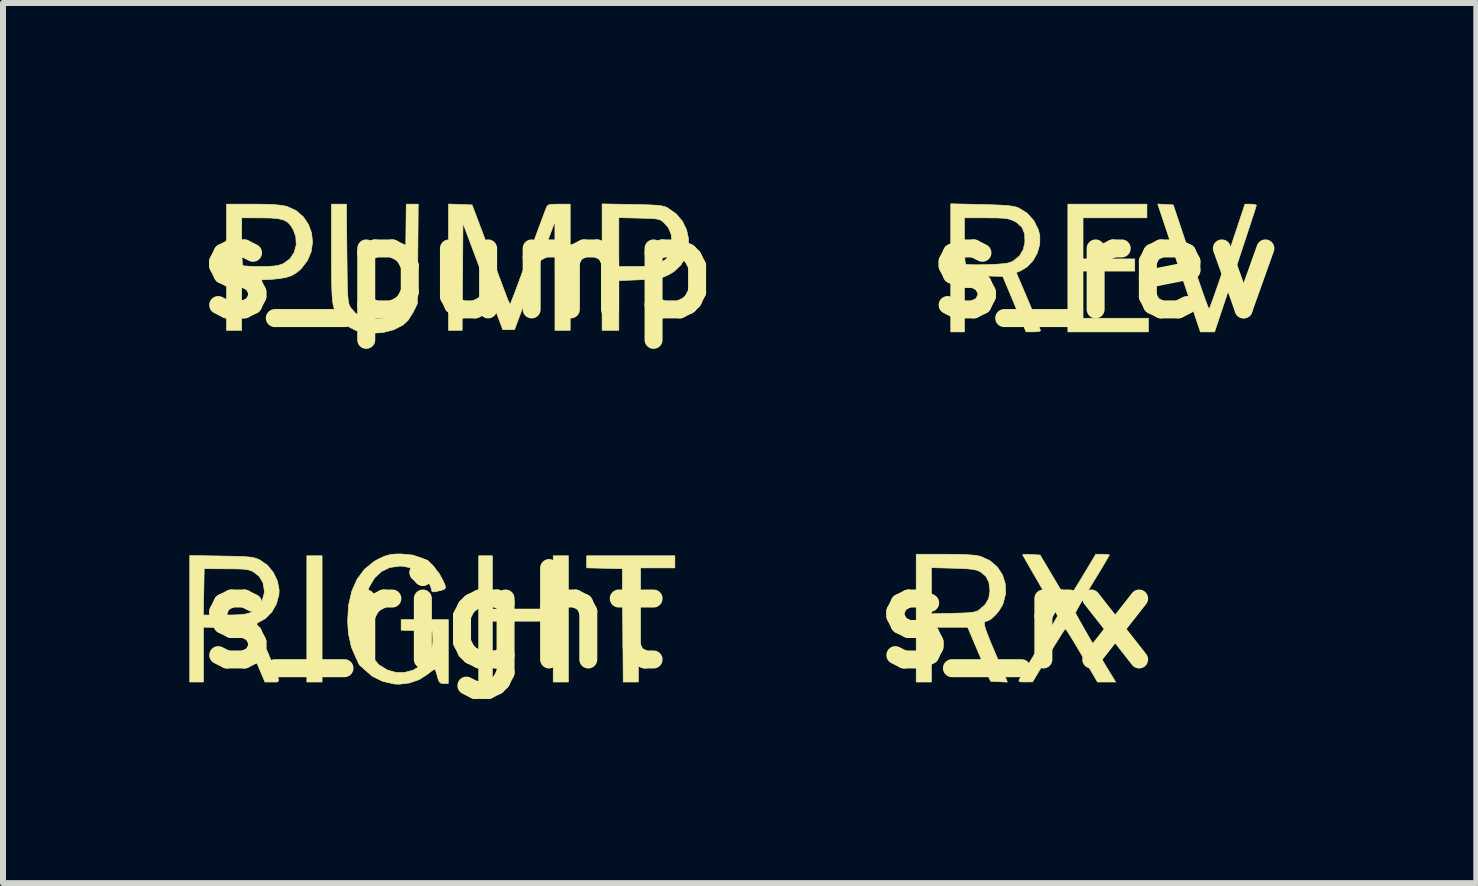
<source format=kicad_pcb>
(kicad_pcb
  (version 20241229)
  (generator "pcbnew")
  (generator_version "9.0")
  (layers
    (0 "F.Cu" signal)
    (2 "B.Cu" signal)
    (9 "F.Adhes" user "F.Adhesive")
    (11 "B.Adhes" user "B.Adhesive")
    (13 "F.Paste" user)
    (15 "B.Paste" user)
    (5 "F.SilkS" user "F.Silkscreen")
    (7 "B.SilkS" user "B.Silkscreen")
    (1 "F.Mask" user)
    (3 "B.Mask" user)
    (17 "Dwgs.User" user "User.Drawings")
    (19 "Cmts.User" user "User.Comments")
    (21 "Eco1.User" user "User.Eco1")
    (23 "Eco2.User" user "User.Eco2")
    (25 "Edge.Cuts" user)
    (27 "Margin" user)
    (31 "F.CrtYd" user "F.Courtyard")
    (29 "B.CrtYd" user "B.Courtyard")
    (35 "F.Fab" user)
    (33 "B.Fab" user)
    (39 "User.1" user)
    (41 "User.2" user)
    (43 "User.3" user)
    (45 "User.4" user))
  (footprint "s_pump"
    (layer "F.Cu")
    (at 4.579 1.418)
    (property "Reference" "s_pump" (at 0 0 0) (layer "F.SilkS") (effects (font (size 1.524 1.524) (thickness 0.3))))
    (attr through_hole)
    (fp_poly (pts (xy 0.241 -1.052) (xy 0.499 -0.368) (xy 0.568 -0.184) (xy 0.635 -0.008) (xy 0.695 0.153) (xy 0.746 0.289) (xy 0.786 0.395) (xy 0.81 0.461) (xy 0.812 0.465) (xy 0.841 0.54) (xy 0.865 0.589) (xy 0.876 0.602) (xy 0.887 0.577) (xy 0.913 0.51) (xy 0.953 0.407) (xy 1.003 0.273) (xy 1.062 0.114) (xy 1.128 -0.063) (xy 1.166 -0.166) (xy 1.236 -0.355) (xy 1.301 -0.531) (xy 1.359 -0.688) (xy 1.408 -0.819) (xy 1.445 -0.919) (xy 1.468 -0.98) (xy 1.474 -0.995) (xy 1.491 -1.031) (xy 1.515 -1.052) (xy 1.558 -1.061) (xy 1.633 -1.064) (xy 1.689 -1.065) (xy 1.876 -1.065) (xy 1.876 1.039) (xy 1.622 1.039) (xy 1.622 0.133) (xy 1.621 -0.773) (xy 1.284 0.127) (xy 0.948 1.027) (xy 0.752 1.027) (xy 0.421 0.141) (xy 0.089 -0.745) (xy 0.082 0.147) (xy 0.075 1.039) (xy -0.152 1.039) (xy -0.152 -1.067) (xy 0.241 -1.052)) (stroke (width 0.01) (type solid)) (fill yes) (layer "F.SilkS"))
    (fp_poly (pts (xy 2.909 -1.06) (xy 3.087 -1.056) (xy 3.222 -1.052) (xy 3.321 -1.046) (xy 3.393 -1.037) (xy 3.446 -1.026) (xy 3.486 -1.011) (xy 3.498 -1.004) (xy 3.641 -0.904) (xy 3.747 -0.78) (xy 3.816 -0.638) (xy 3.849 -0.487) (xy 3.844 -0.334) (xy 3.803 -0.188) (xy 3.725 -0.055) (xy 3.609 0.057) (xy 3.515 0.113) (xy 3.452 0.142) (xy 3.391 0.162) (xy 3.32 0.176) (xy 3.228 0.185) (xy 3.102 0.193) (xy 3.031 0.196) (xy 2.687 0.21) (xy 2.687 1.039) (xy 2.408 1.039) (xy 2.408 -0.025) (xy 2.687 -0.025) (xy 2.972 -0.026) (xy 3.113 -0.028) (xy 3.215 -0.035) (xy 3.292 -0.049) (xy 3.355 -0.071) (xy 3.365 -0.075) (xy 3.474 -0.148) (xy 3.543 -0.25) (xy 3.573 -0.383) (xy 3.574 -0.426) (xy 3.559 -0.563) (xy 3.511 -0.674) (xy 3.435 -0.76) (xy 3.405 -0.786) (xy 3.372 -0.804) (xy 3.327 -0.816) (xy 3.26 -0.824) (xy 3.162 -0.828) (xy 3.027 -0.832) (xy 2.687 -0.84) (xy 2.687 -0.025) (xy 2.408 -0.025) (xy 2.408 -1.069) (xy 2.909 -1.06)) (stroke (width 0.01) (type solid)) (fill yes) (layer "F.SilkS"))
    (fp_poly (pts (xy -1.846 -0.247) (xy -1.843 -0.021) (xy -1.841 0.161) (xy -1.838 0.303) (xy -1.834 0.412) (xy -1.829 0.493) (xy -1.822 0.552) (xy -1.814 0.594) (xy -1.803 0.626) (xy -1.789 0.653) (xy -1.787 0.657) (xy -1.702 0.754) (xy -1.581 0.818) (xy -1.424 0.847) (xy -1.356 0.849) (xy -1.199 0.835) (xy -1.079 0.789) (xy -0.988 0.709) (xy -0.929 0.611) (xy -0.913 0.575) (xy -0.901 0.537) (xy -0.892 0.491) (xy -0.884 0.43) (xy -0.879 0.348) (xy -0.875 0.24) (xy -0.871 0.099) (xy -0.869 -0.081) (xy -0.866 -0.285) (xy -0.857 -1.065) (xy -0.657 -1.065) (xy -0.664 -0.234) (xy -0.672 0.596) (xy -0.742 0.738) (xy -0.827 0.872) (xy -0.913 0.951) (xy -1.068 1.03) (xy -1.247 1.076) (xy -1.438 1.087) (xy -1.626 1.061) (xy -1.698 1.04) (xy -1.849 0.963) (xy -1.968 0.848) (xy -2.049 0.701) (xy -2.064 0.657) (xy -2.076 0.61) (xy -2.085 0.549) (xy -2.092 0.471) (xy -2.097 0.368) (xy -2.101 0.236) (xy -2.103 0.068) (xy -2.104 -0.142) (xy -2.104 -0.271) (xy -2.104 -1.065) (xy -1.854 -1.065) (xy -1.846 -0.247)) (stroke (width 0.01) (type solid)) (fill yes) (layer "F.SilkS"))
    (fp_poly (pts (xy -3.223 -1.063) (xy -3.074 -1.058) (xy -2.962 -1.048) (xy -2.877 -1.034) (xy -2.843 -1.026) (xy -2.693 -0.957) (xy -2.574 -0.855) (xy -2.487 -0.728) (xy -2.435 -0.583) (xy -2.419 -0.429) (xy -2.441 -0.274) (xy -2.503 -0.125) (xy -2.606 0.009) (xy -2.615 0.018) (xy -2.686 0.078) (xy -2.761 0.123) (xy -2.851 0.154) (xy -2.964 0.176) (xy -3.11 0.189) (xy -3.25 0.196) (xy -3.6 0.21) (xy -3.6 1.039) (xy -3.853 1.039) (xy -3.853 -0.448) (xy -3.6 -0.448) (xy -3.599 -0.312) (xy -3.596 -0.195) (xy -3.591 -0.105) (xy -3.586 -0.052) (xy -3.583 -0.042) (xy -3.552 -0.035) (xy -3.482 -0.03) (xy -3.383 -0.026) (xy -3.287 -0.025) (xy -3.151 -0.027) (xy -3.054 -0.034) (xy -2.981 -0.047) (xy -2.92 -0.068) (xy -2.902 -0.076) (xy -2.796 -0.153) (xy -2.725 -0.26) (xy -2.691 -0.386) (xy -2.698 -0.521) (xy -2.739 -0.636) (xy -2.784 -0.711) (xy -2.835 -0.765) (xy -2.902 -0.801) (xy -2.994 -0.823) (xy -3.119 -0.834) (xy -3.276 -0.836) (xy -3.6 -0.837) (xy -3.6 -0.448) (xy -3.853 -0.448) (xy -3.853 -1.065) (xy -3.414 -1.065) (xy -3.223 -1.063)) (stroke (width 0.01) (type solid)) (fill yes) (layer "F.SilkS")))
  (footprint "s_rev"
    (layer "F.Cu")
    (at 15.359 1.418)
    (property "Reference" "s_rev" (at 0 0 0) (layer "F.SilkS") (effects (font (size 1.524 1.524) (thickness 0.3))))
    (attr through_hole)
    (fp_poly (pts (xy 0.71 -0.837) (xy -0.355 -0.837) (xy -0.355 -0.152) (xy 0.507 -0.152) (xy 0.507 0.051) (xy -0.355 0.051) (xy -0.355 0.837) (xy 0.735 0.837) (xy 0.735 1.065) (xy -0.608 1.065) (xy -0.608 -1.065) (xy 0.71 -1.065) (xy 0.71 -0.837)) (stroke (width 0.01) (type solid)) (fill yes) (layer "F.SilkS"))
    (fp_poly (pts (xy 1.02 -1.06) (xy 1.149 -1.052) (xy 1.439 -0.184) (xy 1.505 0.015) (xy 1.568 0.198) (xy 1.624 0.36) (xy 1.671 0.495) (xy 1.709 0.597) (xy 1.734 0.662) (xy 1.745 0.684) (xy 1.757 0.661) (xy 1.783 0.595) (xy 1.82 0.492) (xy 1.868 0.356) (xy 1.924 0.194) (xy 1.986 0.01) (xy 2.053 -0.19) (xy 2.053 -0.19) (xy 2.344 -1.065) (xy 2.439 -1.065) (xy 2.501 -1.06) (xy 2.533 -1.049) (xy 2.535 -1.046) (xy 2.527 -1.019) (xy 2.505 -0.948) (xy 2.47 -0.84) (xy 2.424 -0.699) (xy 2.368 -0.529) (xy 2.304 -0.336) (xy 2.235 -0.125) (xy 2.187 0.019) (xy 1.838 1.065) (xy 1.601 1.065) (xy 1.246 -0.001) (xy 0.89 -1.067) (xy 1.02 -1.06)) (stroke (width 0.01) (type solid)) (fill yes) (layer "F.SilkS"))
    (fp_poly (pts (xy -2.047 -1.059) (xy -1.86 -1.054) (xy -1.715 -1.048) (xy -1.607 -1.04) (xy -1.528 -1.03) (xy -1.469 -1.017) (xy -1.432 -1.004) (xy -1.289 -0.916) (xy -1.176 -0.792) (xy -1.1 -0.639) (xy -1.075 -0.538) (xy -1.076 -0.396) (xy -1.116 -0.253) (xy -1.189 -0.123) (xy -1.289 -0.018) (xy -1.387 0.042) (xy -1.468 0.076) (xy -1.395 0.247) (xy -1.301 0.468) (xy -1.226 0.646) (xy -1.167 0.786) (xy -1.123 0.891) (xy -1.093 0.966) (xy -1.074 1.014) (xy -1.066 1.04) (xy -1.065 1.046) (xy -1.087 1.057) (xy -1.145 1.063) (xy -1.185 1.064) (xy -1.305 1.064) (xy -1.499 0.602) (xy -1.693 0.139) (xy -2.013 0.132) (xy -2.332 0.125) (xy -2.332 1.065) (xy -2.56 1.065) (xy -2.56 -0.837) (xy -2.332 -0.837) (xy -2.332 -0.461) (xy -2.331 -0.327) (xy -2.328 -0.212) (xy -2.323 -0.124) (xy -2.316 -0.073) (xy -2.313 -0.065) (xy -2.282 -0.058) (xy -2.21 -0.055) (xy -2.108 -0.054) (xy -1.984 -0.056) (xy -1.948 -0.057) (xy -1.797 -0.063) (xy -1.688 -0.072) (xy -1.61 -0.083) (xy -1.555 -0.1) (xy -1.519 -0.117) (xy -1.414 -0.201) (xy -1.35 -0.311) (xy -1.324 -0.433) (xy -1.328 -0.57) (xy -1.373 -0.678) (xy -1.46 -0.759) (xy -1.507 -0.785) (xy -1.557 -0.806) (xy -1.612 -0.821) (xy -1.683 -0.83) (xy -1.78 -0.835) (xy -1.913 -0.836) (xy -1.973 -0.837) (xy -2.332 -0.837) (xy -2.56 -0.837) (xy -2.56 -1.071) (xy -2.047 -1.059)) (stroke (width 0.01) (type solid)) (fill yes) (layer "F.SilkS")))
  (footprint "s_right"
    (layer "F.Cu")
    (at 4.144 7.254)
    (property "Reference" "s_right" (at 0 0 0) (layer "F.SilkS") (effects (font (size 1.524 1.524) (thickness 0.3))))
    (attr through_hole)
    (fp_poly (pts (xy -1.825 1.065) (xy -2.079 1.065) (xy -2.079 -1.039) (xy -1.825 -1.039) (xy -1.825 1.065)) (stroke (width 0.01) (type solid)) (fill yes) (layer "F.SilkS"))
    (fp_poly (pts (xy 4.056 -0.837) (xy 3.448 -0.837) (xy 3.448 1.065) (xy 3.195 1.065) (xy 3.188 0.12) (xy 3.181 -0.824) (xy 2.883 -0.831) (xy 2.586 -0.838) (xy 2.586 -1.039) (xy 4.056 -1.039) (xy 4.056 -0.837)) (stroke (width 0.01) (type solid)) (fill yes) (layer "F.SilkS"))
    (fp_poly (pts (xy 1.014 -0.152) (xy 2.028 -0.152) (xy 2.028 -1.039) (xy 2.281 -1.039) (xy 2.281 1.065) (xy 2.028 1.065) (xy 2.028 0.051) (xy 1.014 0.051) (xy 1.014 1.065) (xy 0.786 1.065) (xy 0.786 -1.039) (xy 1.014 -1.039) (xy 1.014 -0.152)) (stroke (width 0.01) (type solid)) (fill yes) (layer "F.SilkS"))
    (fp_poly (pts (xy -3.505 -1.035) (xy -3.326 -1.032) (xy -3.191 -1.028) (xy -3.09 -1.023) (xy -3.015 -1.016) (xy -2.959 -1.006) (xy -2.914 -0.992) (xy -2.871 -0.973) (xy -2.858 -0.967) (xy -2.735 -0.881) (xy -2.637 -0.761) (xy -2.57 -0.621) (xy -2.541 -0.473) (xy -2.544 -0.39) (xy -2.587 -0.235) (xy -2.665 -0.099) (xy -2.772 0.008) (xy -2.882 0.068) (xy -2.9 0.077) (xy -2.91 0.092) (xy -2.91 0.119) (xy -2.898 0.164) (xy -2.872 0.235) (xy -2.831 0.337) (xy -2.772 0.477) (xy -2.748 0.532) (xy -2.675 0.704) (xy -2.619 0.835) (xy -2.581 0.93) (xy -2.558 0.995) (xy -2.551 1.035) (xy -2.557 1.057) (xy -2.577 1.065) (xy -2.608 1.066) (xy -2.651 1.065) (xy -2.655 1.065) (xy -2.778 1.065) (xy -2.968 0.615) (xy -3.158 0.165) (xy -3.48 0.158) (xy -3.802 0.151) (xy -3.802 1.065) (xy -4.031 1.065) (xy -4.031 -0.051) (xy -3.804 -0.051) (xy -3.455 -0.051) (xy -3.304 -0.053) (xy -3.194 -0.057) (xy -3.113 -0.066) (xy -3.051 -0.08) (xy -2.999 -0.1) (xy -2.898 -0.172) (xy -2.827 -0.279) (xy -2.791 -0.408) (xy -2.788 -0.457) (xy -2.809 -0.589) (xy -2.873 -0.695) (xy -2.957 -0.763) (xy -2.998 -0.785) (xy -3.04 -0.801) (xy -3.095 -0.812) (xy -3.17 -0.818) (xy -3.278 -0.821) (xy -3.42 -0.822) (xy -3.79 -0.824) (xy -3.797 -0.437) (xy -3.804 -0.051) (xy -4.031 -0.051) (xy -4.031 -1.044) (xy -3.505 -1.035)) (stroke (width 0.01) (type solid)) (fill yes) (layer "F.SilkS"))
    (fp_poly (pts (xy -0.312 -1.051) (xy -0.139 -0.992) (xy 0.006 -0.891) (xy 0.125 -0.747) (xy 0.192 -0.625) (xy 0.225 -0.551) (xy 0.233 -0.506) (xy 0.21 -0.479) (xy 0.149 -0.46) (xy 0.082 -0.445) (xy 0.026 -0.437) (xy 0.003 -0.45) (xy 0 -0.475) (xy -0.013 -0.522) (xy -0.047 -0.592) (xy -0.073 -0.638) (xy -0.175 -0.754) (xy -0.307 -0.829) (xy -0.469 -0.864) (xy -0.532 -0.867) (xy -0.696 -0.844) (xy -0.836 -0.777) (xy -0.952 -0.667) (xy -1.041 -0.516) (xy -1.101 -0.331) (xy -1.135 -0.109) (xy -1.139 0.108) (xy -1.114 0.313) (xy -1.062 0.498) (xy -0.984 0.654) (xy -0.882 0.773) (xy -0.874 0.78) (xy -0.736 0.865) (xy -0.591 0.906) (xy -0.447 0.905) (xy -0.309 0.868) (xy -0.187 0.797) (xy -0.086 0.696) (xy -0.015 0.569) (xy 0.02 0.42) (xy 0.021 0.325) (xy 0.013 0.215) (xy -0.247 0.208) (xy -0.507 0.201) (xy -0.507 0.025) (xy 0.279 0.025) (xy 0.279 1.09) (xy 0.204 1.09) (xy 0.155 1.084) (xy 0.126 1.058) (xy 0.104 0.998) (xy 0.1 0.982) (xy 0.08 0.912) (xy 0.063 0.864) (xy 0.059 0.855) (xy 0.035 0.86) (xy -0.013 0.892) (xy -0.065 0.934) (xy -0.201 1.023) (xy -0.364 1.08) (xy -0.539 1.102) (xy -0.621 1.098) (xy -0.819 1.053) (xy -0.991 0.967) (xy -1.136 0.841) (xy -1.252 0.679) (xy -1.336 0.484) (xy -1.386 0.258) (xy -1.399 0.051) (xy -1.383 -0.217) (xy -1.329 -0.451) (xy -1.24 -0.651) (xy -1.116 -0.816) (xy -0.957 -0.945) (xy -0.876 -0.99) (xy -0.781 -1.033) (xy -0.699 -1.057) (xy -0.608 -1.068) (xy -0.515 -1.07) (xy -0.312 -1.051)) (stroke (width 0.01) (type solid)) (fill yes) (layer "F.SilkS")))
  (footprint "s_rx"
    (layer "F.Cu")
    (at 13.871 7.254)
    (property "Reference" "s_rx" (at 0 0 0) (layer "F.SilkS") (effects (font (size 1.524 1.524) (thickness 0.3))))
    (attr through_hole)
    (fp_poly (pts (xy -0.965 -1.063) (xy -0.805 -1.058) (xy -0.685 -1.049) (xy -0.6 -1.036) (xy -0.573 -1.029) (xy -0.419 -0.958) (xy -0.297 -0.854) (xy -0.21 -0.723) (xy -0.163 -0.573) (xy -0.157 -0.412) (xy -0.197 -0.249) (xy -0.213 -0.213) (xy -0.263 -0.129) (xy -0.328 -0.05) (xy -0.397 0.013) (xy -0.457 0.047) (xy -0.476 0.051) (xy -0.501 0.057) (xy -0.512 0.08) (xy -0.508 0.125) (xy -0.486 0.198) (xy -0.446 0.305) (xy -0.387 0.45) (xy -0.371 0.487) (xy -0.313 0.625) (xy -0.259 0.754) (xy -0.213 0.863) (xy -0.18 0.942) (xy -0.168 0.971) (xy -0.128 1.067) (xy -0.269 1.06) (xy -0.409 1.052) (xy -0.79 0.152) (xy -1.394 0.152) (xy -1.394 1.065) (xy -1.648 1.065) (xy -1.648 -0.072) (xy -1.394 -0.072) (xy -1.028 -0.081) (xy -0.881 -0.085) (xy -0.776 -0.09) (xy -0.702 -0.098) (xy -0.651 -0.11) (xy -0.614 -0.126) (xy -0.593 -0.141) (xy -0.495 -0.23) (xy -0.44 -0.326) (xy -0.42 -0.442) (xy -0.42 -0.466) (xy -0.436 -0.597) (xy -0.486 -0.696) (xy -0.575 -0.77) (xy -0.59 -0.778) (xy -0.636 -0.798) (xy -0.701 -0.812) (xy -0.791 -0.822) (xy -0.917 -0.828) (xy -1.033 -0.832) (xy -1.394 -0.841) (xy -1.394 -0.072) (xy -1.648 -0.072) (xy -1.648 -1.065) (xy -1.17 -1.065) (xy -0.965 -1.063)) (stroke (width 0.01) (type solid)) (fill yes) (layer "F.SilkS"))
    (fp_poly (pts (xy 1.527 -1.062) (xy 1.567 -1.056) (xy 1.572 -1.052) (xy 1.559 -1.028) (xy 1.524 -0.967) (xy 1.47 -0.875) (xy 1.401 -0.76) (xy 1.32 -0.628) (xy 1.289 -0.577) (xy 1.206 -0.439) (xy 1.132 -0.315) (xy 1.072 -0.212) (xy 1.03 -0.136) (xy 1.009 -0.094) (xy 1.007 -0.089) (xy 1.019 -0.062) (xy 1.054 0.002) (xy 1.106 0.095) (xy 1.172 0.211) (xy 1.248 0.343) (xy 1.33 0.484) (xy 1.414 0.627) (xy 1.495 0.765) (xy 1.571 0.891) (xy 1.627 0.982) (xy 1.677 1.065) (xy 1.374 1.065) (xy 1.114 0.621) (xy 1.035 0.487) (xy 0.964 0.369) (xy 0.905 0.274) (xy 0.863 0.208) (xy 0.841 0.179) (xy 0.839 0.178) (xy 0.822 0.198) (xy 0.783 0.256) (xy 0.727 0.345) (xy 0.657 0.457) (xy 0.577 0.588) (xy 0.558 0.62) (xy 0.292 1.063) (xy 0.17 1.064) (xy 0.098 1.063) (xy 0.067 1.055) (xy 0.067 1.034) (xy 0.079 1.008) (xy 0.101 0.97) (xy 0.145 0.896) (xy 0.207 0.793) (xy 0.283 0.669) (xy 0.369 0.529) (xy 0.41 0.462) (xy 0.496 0.322) (xy 0.572 0.196) (xy 0.636 0.091) (xy 0.681 0.014) (xy 0.706 -0.03) (xy 0.71 -0.037) (xy 0.698 -0.061) (xy 0.663 -0.122) (xy 0.61 -0.215) (xy 0.543 -0.332) (xy 0.464 -0.468) (xy 0.418 -0.547) (xy 0.335 -0.69) (xy 0.261 -0.818) (xy 0.2 -0.925) (xy 0.155 -1.004) (xy 0.13 -1.048) (xy 0.127 -1.056) (xy 0.15 -1.061) (xy 0.209 -1.062) (xy 0.272 -1.06) (xy 0.417 -1.052) (xy 0.628 -0.697) (xy 0.7 -0.575) (xy 0.764 -0.468) (xy 0.815 -0.382) (xy 0.848 -0.327) (xy 0.857 -0.311) (xy 0.876 -0.32) (xy 0.918 -0.371) (xy 0.979 -0.461) (xy 1.058 -0.586) (xy 1.111 -0.673) (xy 1.346 -1.065) (xy 1.459 -1.065) (xy 1.527 -1.062)) (stroke (width 0.01) (type solid)) (fill yes) (layer "F.SilkS")))
  (gr_rect
    (start -3 -3)
    (end 21.56 11.672)
    (stroke (width 0.1) (type default))
    (fill no)
    (layer "Edge.Cuts")))
</source>
